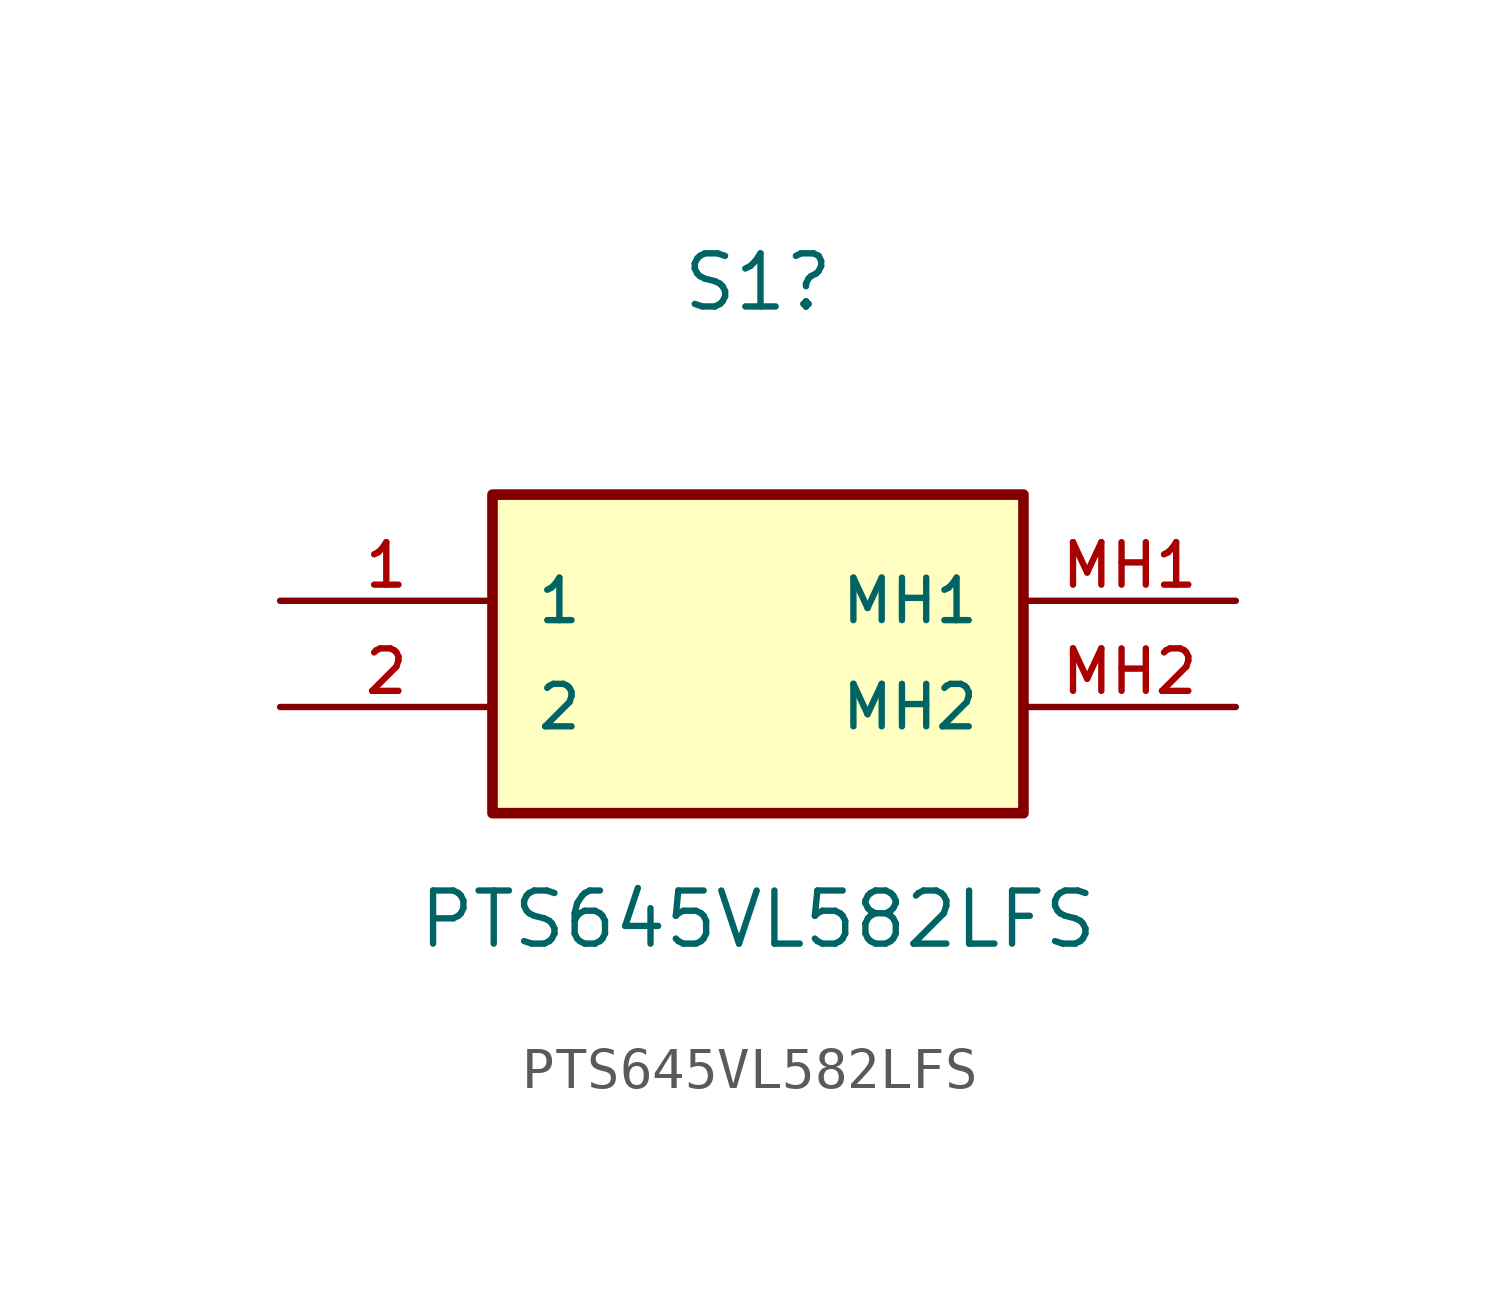
<source format=kicad_sym>
(kicad_symbol_lib
  (version 20231120)
  (generator "kicad_symbol_editor")
  (generator_version "8.0")
  (symbol "PTS645VL582LFS"
    (pin_names
      (offset 1.016))
    (property "Reference" "S1"
      (at 11.43 7.62 0)
      (effects (font (size 1.27 1.27))))
    (property "Value" "PTS645VL582LFS"
      (at 11.43 -7.62 0)
      (effects (font (size 1.27 1.27))))
    (symbol "PTS645VL582LFS_0_0"
      (rectangle (start 5.08 -5.08) (end 17.78 2.54) (stroke (width 0.254) (type default)) (fill (type background))))
    (symbol "PTS645VL582LFS_1_0"
      (pin passive line (at 0 0 0) (length 5.08) (name "1" (effects (font (size 1.016 1.016)))) (number "1" (effects (font (size 1.016 1.016)))))
      (pin passive line (at 0 -2.54 0) (length 5.08) (name "2" (effects (font (size 1.016 1.016)))) (number "2" (effects (font (size 1.016 1.016)))))
      (pin free line (at 22.86 0 180) (length 5.08) (name "MH1" (effects (font (size 1.016 1.016)))) (number "MH1" (effects (font (size 1.016 1.016)))))
      (pin free line (at 22.86 -2.54 180) (length 5.08) (name "MH2" (effects (font (size 1.016 1.016)))) (number "MH2" (effects (font (size 1.016 1.016))))))))
</source>
